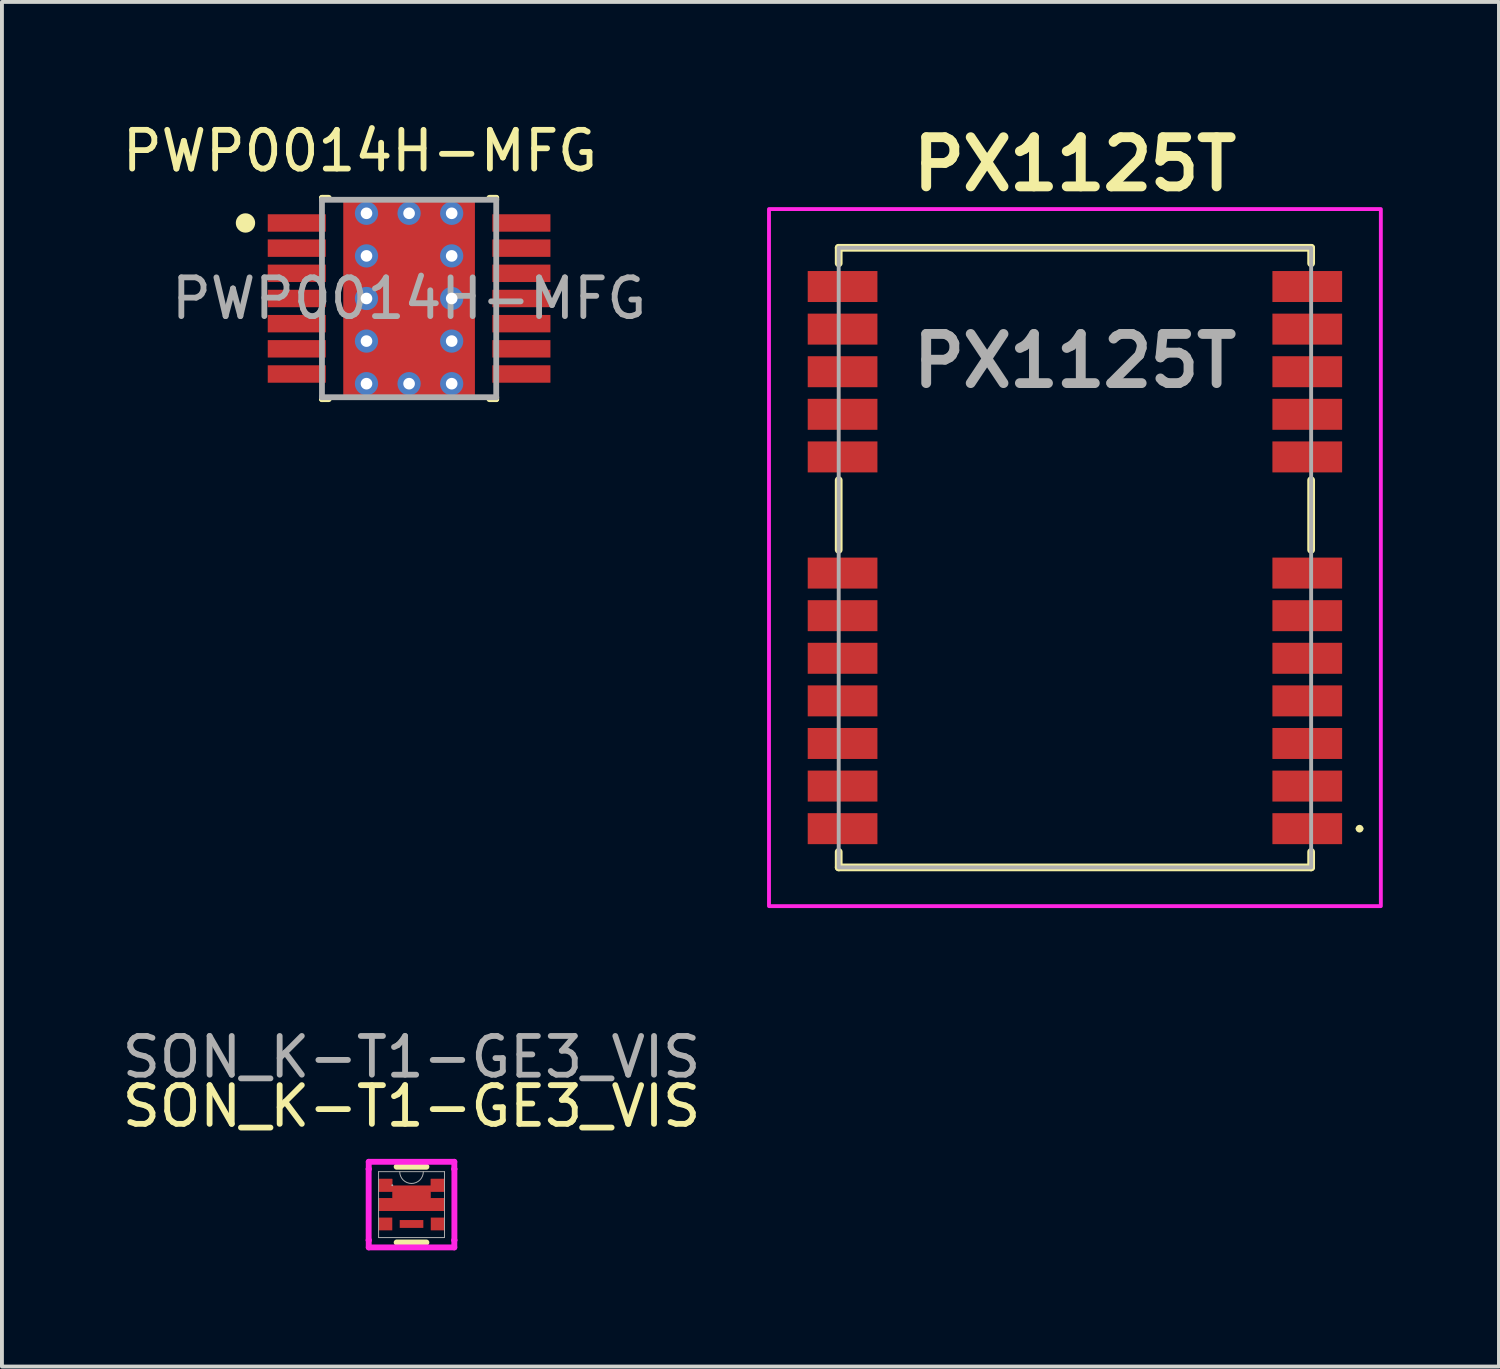
<source format=kicad_pcb>
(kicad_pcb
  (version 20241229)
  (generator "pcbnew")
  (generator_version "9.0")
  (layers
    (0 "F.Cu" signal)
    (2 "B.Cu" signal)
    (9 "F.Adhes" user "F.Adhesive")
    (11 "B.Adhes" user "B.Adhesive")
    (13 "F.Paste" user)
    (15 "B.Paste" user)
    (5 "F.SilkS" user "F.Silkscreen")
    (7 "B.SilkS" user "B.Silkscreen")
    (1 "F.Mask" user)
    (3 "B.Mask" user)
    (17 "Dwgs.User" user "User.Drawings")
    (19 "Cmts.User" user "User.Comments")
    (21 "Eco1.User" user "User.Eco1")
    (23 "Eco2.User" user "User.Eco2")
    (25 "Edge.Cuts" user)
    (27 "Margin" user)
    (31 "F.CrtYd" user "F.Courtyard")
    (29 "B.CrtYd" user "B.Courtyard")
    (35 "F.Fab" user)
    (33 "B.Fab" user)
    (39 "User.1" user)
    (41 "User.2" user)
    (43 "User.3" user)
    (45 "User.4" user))
  (footprint "SON_K-T1-GE3_VIS"
    (layer "F.Cu")
    (at 7.577 28.057)
    (property "Reference" "SON_K-T1-GE3_VIS" (at 0 -2.54 0) (unlocked yes) (layer "F.SilkS") (effects (font (size 1 1) (thickness 0.15))))
    (attr smd)
    (fp_poly (pts (xy 0.853 0.165) (xy -0.853 0.165) (xy -0.853 -0.165) (xy -0.497 -0.165) (xy -0.497 -0.335) (xy -0.853 -0.335) (xy -0.851 -0.665) (xy -0.497 -0.665) (xy -0.497 -0.495) (xy 0.497 -0.495) (xy 0.497 -0.665) (xy 0.851 -0.665) (xy 0.853 -0.335) (xy 0.497 -0.335) (xy 0.497 -0.165) (xy 0.853 -0.165)) (stroke (width 0) (type solid)) (fill yes) (layer "F.Cu"))
    (fp_poly (pts (xy 0.853 0.165) (xy -0.853 0.165) (xy -0.853 -0.165) (xy -0.497 -0.165) (xy -0.497 -0.335) (xy -0.853 -0.335) (xy -0.851 -0.665) (xy -0.497 -0.665) (xy -0.497 -0.495) (xy 0.497 -0.495) (xy 0.497 -0.665) (xy 0.853 -0.665) (xy 0.853 -0.335) (xy 0.497 -0.335) (xy 0.497 -0.165) (xy 0.853 -0.165)) (stroke (width 0) (type solid)) (fill yes) (layer "F.Mask"))
    (fp_line (start -0.384 0.978) (end 0.384 0.978) (stroke (width 0.152) (type solid)) (layer "F.SilkS"))
    (fp_line (start 0.384 -0.978) (end -0.384 -0.978) (stroke (width 0.152) (type solid)) (layer "F.SilkS"))
    (fp_poly (pts (xy 0.853 0.165) (xy -0.853 0.165) (xy -0.853 -0.165) (xy -0.497 -0.165) (xy -0.497 -0.335) (xy -0.853 -0.335) (xy -0.851 -0.665) (xy -0.497 -0.665) (xy -0.497 -0.495) (xy 0.497 -0.495) (xy 0.497 -0.665) (xy 0.851 -0.665) (xy 0.853 -0.335) (xy 0.853 -0.665) (xy 0.853 -0.335) (xy 0.497 -0.335) (xy 0.497 -0.165) (xy 0.853 -0.165)) (stroke (width 0) (type solid)) (fill yes) (layer "F.Paste"))
    (fp_line (start -1.107 -0.919) (end -1.105 -0.919) (stroke (width 0.152) (type solid)) (layer "F.CrtYd"))
    (fp_line (start -1.107 0.919) (end -1.107 -0.919) (stroke (width 0.152) (type solid)) (layer "F.CrtYd"))
    (fp_line (start -1.107 0.919) (end -1.105 0.919) (stroke (width 0.152) (type solid)) (layer "F.CrtYd"))
    (fp_line (start -1.105 -1.105) (end 1.105 -1.105) (stroke (width 0.152) (type solid)) (layer "F.CrtYd"))
    (fp_line (start -1.105 -0.919) (end -1.105 -1.105) (stroke (width 0.152) (type solid)) (layer "F.CrtYd"))
    (fp_line (start -1.105 1.105) (end -1.105 0.919) (stroke (width 0.152) (type solid)) (layer "F.CrtYd"))
    (fp_line (start 1.105 -1.105) (end 1.105 -0.919) (stroke (width 0.152) (type solid)) (layer "F.CrtYd"))
    (fp_line (start 1.105 0.919) (end 1.105 1.105) (stroke (width 0.152) (type solid)) (layer "F.CrtYd"))
    (fp_line (start 1.105 1.105) (end -1.105 1.105) (stroke (width 0.152) (type solid)) (layer "F.CrtYd"))
    (fp_line (start 1.107 -0.919) (end 1.105 -0.919) (stroke (width 0.152) (type solid)) (layer "F.CrtYd"))
    (fp_line (start 1.107 -0.919) (end 1.107 0.919) (stroke (width 0.152) (type solid)) (layer "F.CrtYd"))
    (fp_line (start 1.107 0.919) (end 1.105 0.919) (stroke (width 0.152) (type solid)) (layer "F.CrtYd"))
    (fp_line (start -0.851 -0.851) (end -0.851 0.851) (stroke (width 0.025) (type solid)) (layer "F.Fab"))
    (fp_line (start -0.851 0.851) (end 0.851 0.851) (stroke (width 0.025) (type solid)) (layer "F.Fab"))
    (fp_line (start 0.851 -0.851) (end -0.851 -0.851) (stroke (width 0.025) (type solid)) (layer "F.Fab"))
    (fp_line (start 0.851 0.851) (end 0.851 -0.851) (stroke (width 0.025) (type solid)) (layer "F.Fab"))
    (fp_arc (start 0.3048 -0.8509) (mid 0 -0.5461) (end -0.3048 -0.8509) (stroke (width 0.0254) (type solid)) (layer "F.Fab"))
    (fp_circle (center -0.497 -0.5) (end -0.497 -0.5) (stroke (width 0.025) (type solid)) (fill no) (layer "F.Fab"))
    (fp_text user "${REFERENCE}" (at 0 -3.81 0) (unlocked yes) (layer "F.Fab") (effects (font (size 1 1) (thickness 0.15))))
    (pad "1" smd rect (at -0.675 -0.5) (size 0.356 0.33) (layers "F.Cu" "F.Mask" "F.Paste"))
    (pad "2" smd rect (at -0.675 0) (size 0.356 0.33) (layers "F.Cu" "F.Mask" "F.Paste"))
    (pad "3" smd rect (at -0.675 0.5) (size 0.356 0.33) (layers "F.Cu" "F.Mask" "F.Paste"))
    (pad "4" smd rect (at 0.675 0.5) (size 0.356 0.33) (layers "F.Cu" "F.Mask" "F.Paste"))
    (pad "5" smd rect (at 0.675 0) (size 0.356 0.33) (layers "F.Cu" "F.Mask" "F.Paste"))
    (pad "6" smd rect (at 0.675 -0.5) (size 0.356 0.33) (layers "F.Cu" "F.Mask" "F.Paste"))
    (pad "7" smd rect (at 0 0.5) (size 0.61 0.203) (layers "F.Cu" "F.Mask" "F.Paste")))
  (footprint "PX1125T"
    (layer "F.Cu")
    (at 24.708 11.349)
    (property "Reference" "PX1125T" (at 0 -10.16 0) (layer "F.SilkS") (effects (font (size 1.27 1.27) (thickness 0.254))))
    (attr smd)
    (fp_line (start -6.1 -8) (end 6.1 -8) (stroke (width 0.2) (type solid)) (layer "F.SilkS"))
    (fp_line (start -6.1 -7.6) (end -6.1 -8) (stroke (width 0.2) (type solid)) (layer "F.SilkS"))
    (fp_line (start -6.1 -0.2) (end -6.1 -2) (stroke (width 0.2) (type solid)) (layer "F.SilkS"))
    (fp_line (start -6.1 8) (end -6.1 7.6) (stroke (width 0.2) (type solid)) (layer "F.SilkS"))
    (fp_line (start 6.1 -8) (end 6.1 -7.6) (stroke (width 0.2) (type solid)) (layer "F.SilkS"))
    (fp_line (start 6.1 -0.2) (end 6.1 -2) (stroke (width 0.2) (type solid)) (layer "F.SilkS"))
    (fp_line (start 6.1 7.6) (end 6.1 8) (stroke (width 0.2) (type solid)) (layer "F.SilkS"))
    (fp_line (start 6.1 8) (end -6.1 8) (stroke (width 0.2) (type solid)) (layer "F.SilkS"))
    (fp_arc (start 7.3 7) (mid 7.35 6.95) (end 7.4 7) (stroke (width 0.1) (type solid)) (layer "F.SilkS"))
    (fp_arc (start 7.4 7) (mid 7.35 7.05) (end 7.3 7) (stroke (width 0.1) (type solid)) (layer "F.SilkS"))
    (fp_rect (start -7.9 -9) (end 7.9 9) (stroke (width 0.1) (type solid)) (fill no) (layer "F.CrtYd"))
    (fp_rect (start -6.1 -8) (end 6.1 8) (stroke (width 0.1) (type solid)) (fill no) (layer "F.Fab"))
    (fp_text user "${REFERENCE}" (at 0 -5.08 0) (layer "F.Fab") (effects (font (size 1.27 1.27) (thickness 0.254))))
    (pad "1" smd rect (at 6 7 90) (size 0.8 1.8) (layers "F.Cu" "F.Mask" "F.Paste"))
    (pad "2" smd rect (at 6 5.9 90) (size 0.8 1.8) (layers "F.Cu" "F.Mask" "F.Paste"))
    (pad "3" smd rect (at 6 4.8 90) (size 0.8 1.8) (layers "F.Cu" "F.Mask" "F.Paste"))
    (pad "4" smd rect (at 6 3.7 90) (size 0.8 1.8) (layers "F.Cu" "F.Mask" "F.Paste"))
    (pad "5" smd rect (at 6 2.6 90) (size 0.8 1.8) (layers "F.Cu" "F.Mask" "F.Paste"))
    (pad "6" smd rect (at 6 1.5 90) (size 0.8 1.8) (layers "F.Cu" "F.Mask" "F.Paste"))
    (pad "7" smd rect (at 6 0.4 90) (size 0.8 1.8) (layers "F.Cu" "F.Mask" "F.Paste"))
    (pad "8" smd rect (at 6 -2.6 90) (size 0.8 1.8) (layers "F.Cu" "F.Mask" "F.Paste"))
    (pad "9" smd rect (at 6 -3.7 90) (size 0.8 1.8) (layers "F.Cu" "F.Mask" "F.Paste"))
    (pad "10" smd rect (at 6 -4.8 90) (size 0.8 1.8) (layers "F.Cu" "F.Mask" "F.Paste"))
    (pad "11" smd rect (at 6 -5.9 90) (size 0.8 1.8) (layers "F.Cu" "F.Mask" "F.Paste"))
    (pad "12" smd rect (at 6 -7 90) (size 0.8 1.8) (layers "F.Cu" "F.Mask" "F.Paste"))
    (pad "13" smd rect (at -6 -7 90) (size 0.8 1.8) (layers "F.Cu" "F.Mask" "F.Paste"))
    (pad "14" smd rect (at -6 -5.9 90) (size 0.8 1.8) (layers "F.Cu" "F.Mask" "F.Paste"))
    (pad "15" smd rect (at -6 -4.8 90) (size 0.8 1.8) (layers "F.Cu" "F.Mask" "F.Paste"))
    (pad "16" smd rect (at -6 -3.7 90) (size 0.8 1.8) (layers "F.Cu" "F.Mask" "F.Paste"))
    (pad "17" smd rect (at -6 -2.6 90) (size 0.8 1.8) (layers "F.Cu" "F.Mask" "F.Paste"))
    (pad "18" smd rect (at -6 0.4 90) (size 0.8 1.8) (layers "F.Cu" "F.Mask" "F.Paste"))
    (pad "19" smd rect (at -6 1.5 90) (size 0.8 1.8) (layers "F.Cu" "F.Mask" "F.Paste"))
    (pad "20" smd rect (at -6 2.6 90) (size 0.8 1.8) (layers "F.Cu" "F.Mask" "F.Paste"))
    (pad "21" smd rect (at -6 3.7 90) (size 0.8 1.8) (layers "F.Cu" "F.Mask" "F.Paste"))
    (pad "22" smd rect (at -6 4.8 90) (size 0.8 1.8) (layers "F.Cu" "F.Mask" "F.Paste"))
    (pad "23" smd rect (at -6 5.9 90) (size 0.8 1.8) (layers "F.Cu" "F.Mask" "F.Paste"))
    (pad "24" smd rect (at -6 7 90) (size 0.8 1.8) (layers "F.Cu" "F.Mask" "F.Paste")))
  (footprint "PWP0014H-MFG"
    (layer "F.Cu")
    (at 7.514 4.658)
    (property "Reference" "PWP0014H-MFG" (at -1.27 -3.81 0) (unlocked yes) (layer "F.SilkS") (effects (font (size 1 1) (thickness 0.15))))
    (attr smd)
    (fp_poly (pts (xy 0.91 -1.38) (xy 0.91 1.38) (xy 0.86 1.43) (xy -0.86 1.43) (xy -0.91 1.38) (xy -0.91 -1.38) (xy -0.86 -1.43) (xy 0.86 -1.43)) (stroke (width 0) (type solid)) (fill yes) (layer "F.Mask"))
    (fp_line (start -2.25 -2.6) (end -2.075 -2.6) (stroke (width 0.15) (type solid)) (layer "F.SilkS"))
    (fp_line (start -2.25 -2.55) (end -2.25 -2.6) (stroke (width 0.15) (type solid)) (layer "F.SilkS"))
    (fp_line (start -2.25 2.6) (end -2.25 2.55) (stroke (width 0.15) (type solid)) (layer "F.SilkS"))
    (fp_line (start -2.25 2.6) (end -2.075 2.6) (stroke (width 0.15) (type solid)) (layer "F.SilkS"))
    (fp_line (start 2.075 -2.6) (end 2.25 -2.6) (stroke (width 0.15) (type solid)) (layer "F.SilkS"))
    (fp_line (start 2.075 2.6) (end 2.25 2.6) (stroke (width 0.15) (type solid)) (layer "F.SilkS"))
    (fp_line (start 2.25 -2.55) (end 2.25 -2.6) (stroke (width 0.15) (type solid)) (layer "F.SilkS"))
    (fp_line (start 2.25 2.6) (end 2.25 2.55) (stroke (width 0.15) (type solid)) (layer "F.SilkS"))
    (fp_circle (center -4.225 -1.95) (end -4.1 -1.95) (stroke (width 0.25) (type solid)) (fill no) (layer "F.SilkS"))
    (fp_poly (pts (xy 0.91 -1.38) (xy 0.91 1.38) (xy 0.86 1.43) (xy -0.86 1.43) (xy -0.91 1.38) (xy -0.91 -1.38) (xy -0.86 -1.43) (xy 0.86 -1.43)) (stroke (width 0) (type solid)) (fill yes) (layer "F.Paste"))
    (fp_line (start -2.25 -2.55) (end 2.25 -2.55) (stroke (width 0.15) (type solid)) (layer "F.Fab"))
    (fp_line (start -2.25 2.55) (end -2.25 -2.55) (stroke (width 0.15) (type solid)) (layer "F.Fab"))
    (fp_line (start -2.25 2.55) (end 2.25 2.55) (stroke (width 0.15) (type solid)) (layer "F.Fab"))
    (fp_line (start 2.25 2.55) (end 2.25 -2.55) (stroke (width 0.15) (type solid)) (layer "F.Fab"))
    (fp_text user "${REFERENCE}" (at 0 0 0) (unlocked yes) (layer "F.Fab") (effects (font (size 1 1) (thickness 0.15))))
    (pad "1" smd rect (at -2.9 -1.95) (size 1.5 0.45) (layers "F.Cu" "F.Mask" "F.Paste"))
    (pad "2" smd rect (at -2.9 -1.3) (size 1.5 0.45) (layers "F.Cu" "F.Mask" "F.Paste"))
    (pad "3" smd rect (at -2.9 -0.65) (size 1.5 0.45) (layers "F.Cu" "F.Mask" "F.Paste"))
    (pad "4" smd rect (at -2.9 0) (size 1.5 0.45) (layers "F.Cu" "F.Mask" "F.Paste"))
    (pad "5" smd rect (at -2.9 0.65) (size 1.5 0.45) (layers "F.Cu" "F.Mask" "F.Paste"))
    (pad "6" smd rect (at -2.9 1.3) (size 1.5 0.45) (layers "F.Cu" "F.Mask" "F.Paste"))
    (pad "7" smd rect (at -2.9 1.95) (size 1.5 0.45) (layers "F.Cu" "F.Mask" "F.Paste"))
    (pad "8" smd rect (at 2.9 1.95) (size 1.5 0.45) (layers "F.Cu" "F.Mask" "F.Paste"))
    (pad "9" smd rect (at 2.9 1.3) (size 1.5 0.45) (layers "F.Cu" "F.Mask" "F.Paste"))
    (pad "10" smd rect (at 2.9 0.65) (size 1.5 0.45) (layers "F.Cu" "F.Mask" "F.Paste"))
    (pad "11" smd rect (at 2.9 0) (size 1.5 0.45) (layers "F.Cu" "F.Mask" "F.Paste"))
    (pad "12" smd rect (at 2.9 -0.65) (size 1.5 0.45) (layers "F.Cu" "F.Mask" "F.Paste"))
    (pad "13" smd rect (at 2.9 -1.3) (size 1.5 0.45) (layers "F.Cu" "F.Mask" "F.Paste"))
    (pad "14" smd rect (at 2.9 -1.95) (size 1.5 0.45) (layers "F.Cu" "F.Mask" "F.Paste"))
    (pad "15" thru_hole circle (at -1.1 -2.2) (size 0.6 0.6) (drill 0.3) (layers "*.Cu" "*.Mask"))
    (pad "15" thru_hole circle (at -1.1 -1.1) (size 0.6 0.6) (drill 0.3) (layers "*.Cu" "*.Mask"))
    (pad "15" thru_hole circle (at -1.1 0) (size 0.6 0.6) (drill 0.3) (layers "*.Cu" "*.Mask"))
    (pad "15" thru_hole circle (at -1.1 1.1) (size 0.6 0.6) (drill 0.3) (layers "*.Cu" "*.Mask"))
    (pad "15" thru_hole circle (at -1.1 2.2) (size 0.6 0.6) (drill 0.3) (layers "*.Cu" "*.Mask"))
    (pad "15" thru_hole circle (at 0 -2.2) (size 0.6 0.6) (drill 0.3) (layers "*.Cu" "*.Mask"))
    (pad "15" smd rect (at 0 0) (size 3.4 5) (layers "F.Cu"))
    (pad "15" thru_hole circle (at 0 2.2) (size 0.6 0.6) (drill 0.3) (layers "*.Cu" "*.Mask"))
    (pad "15" thru_hole circle (at 1.1 -2.2) (size 0.6 0.6) (drill 0.3) (layers "*.Cu" "*.Mask"))
    (pad "15" thru_hole circle (at 1.1 -1.1) (size 0.6 0.6) (drill 0.3) (layers "*.Cu" "*.Mask"))
    (pad "15" thru_hole circle (at 1.1 0) (size 0.6 0.6) (drill 0.3) (layers "*.Cu" "*.Mask"))
    (pad "15" thru_hole circle (at 1.1 1.1) (size 0.6 0.6) (drill 0.3) (layers "*.Cu" "*.Mask"))
    (pad "15" thru_hole circle (at 1.1 2.2) (size 0.6 0.6) (drill 0.3) (layers "*.Cu" "*.Mask")))
  (gr_rect
    (start -3 -3)
    (end 35.658 32.238)
    (stroke (width 0.1) (type default))
    (fill no)
    (layer "Edge.Cuts")))
</source>
